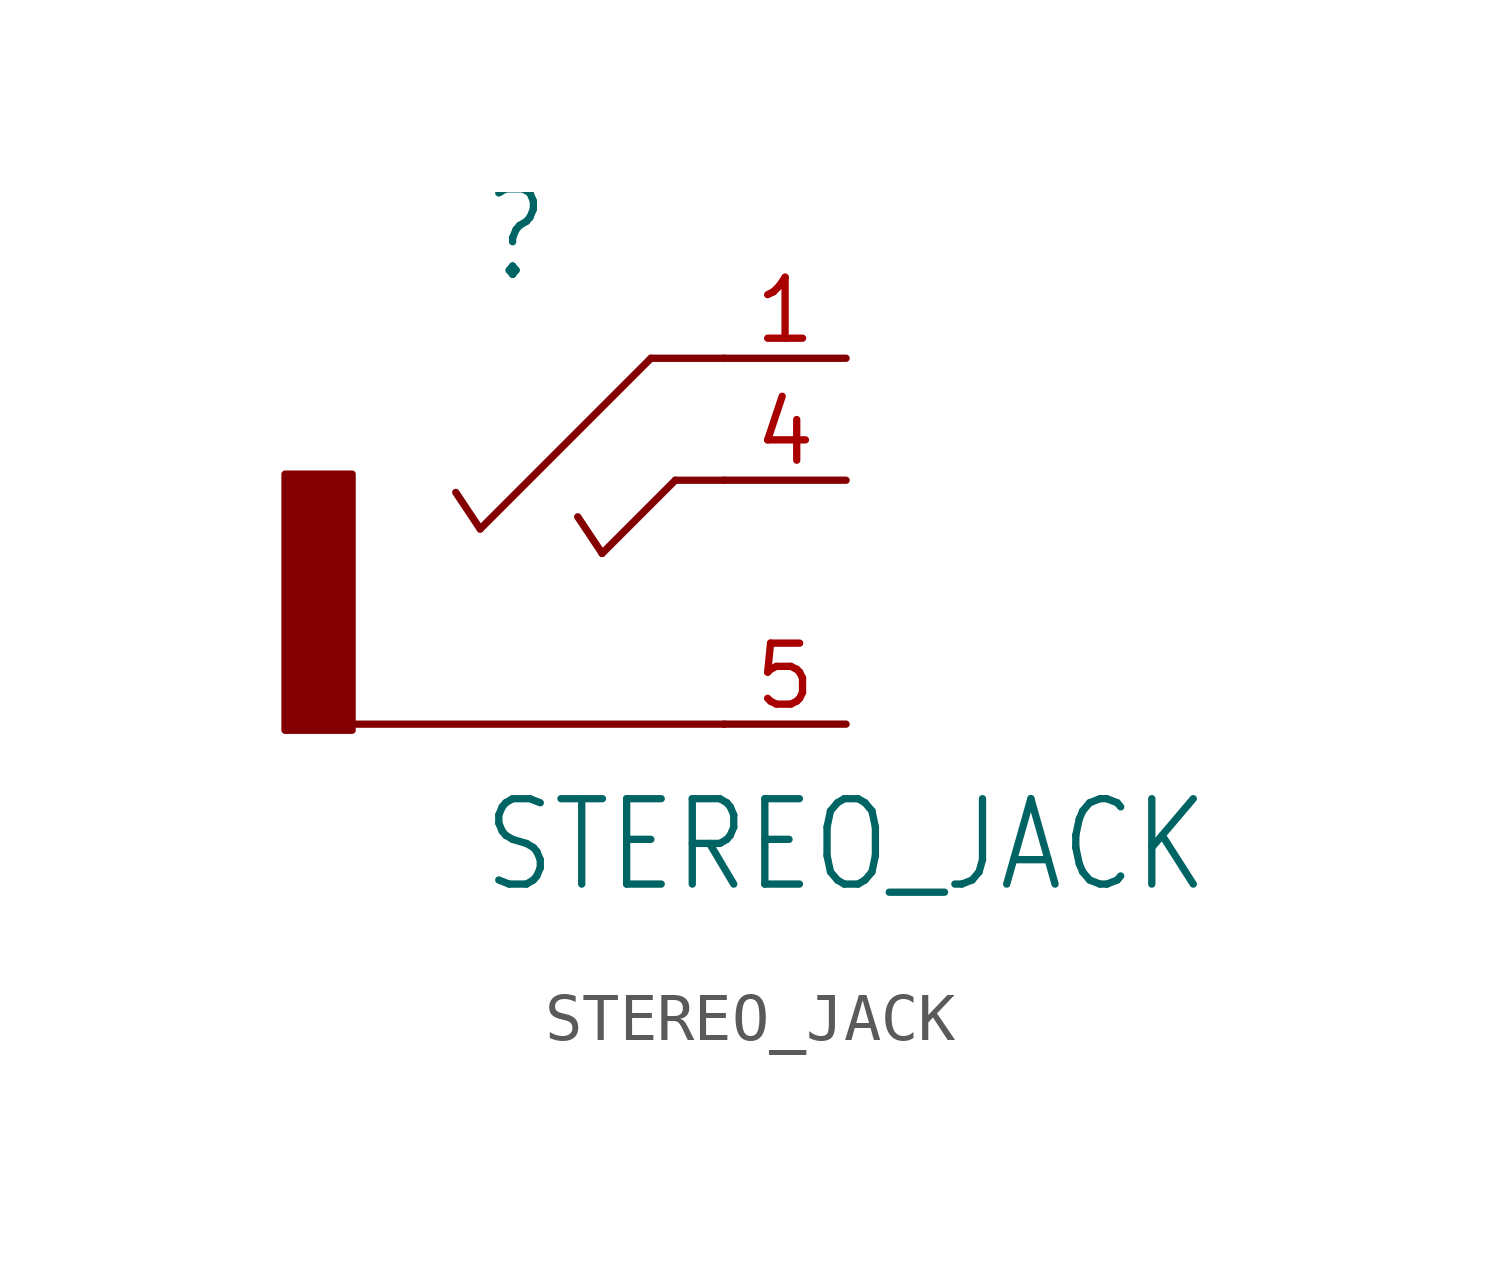
<source format=kicad_sym>
(kicad_symbol_lib
  (version 20211014)
  (generator kicad_symbol_editor)
  (symbol "STEREO_JACK"
    (property "Reference" ""
      (at -2.54 6.604 0)
      (effects (font (size 1.778 1.511)) (justify left bottom)))
    (property "Value" "STEREO_JACK"
      (at -2.54 -6.096 0)
      (effects (font (size 1.778 1.511)) (justify left bottom)))
    (property "ki_locked" ""
      (at 0 0 0)
      (effects (font (size 1.27 1.27))))
    (symbol "STEREO_JACK_1_0"
      (rectangle (start -6.604 -2.667) (end -5.207 2.667) (stroke (width 0) (type default) (color 0 0 0 0)) (fill (type outline)))
      (polyline (pts (xy -2.54 1.524) (xy -3.048 2.286)) (stroke (width 0.152) (type default) (color 0 0 0 0)) (fill (type none)))
      (polyline (pts (xy 0 1.016) (xy -0.508 1.778)) (stroke (width 0.152) (type default) (color 0 0 0 0)) (fill (type none)))
      (polyline (pts (xy 1.016 5.08) (xy -2.54 1.524)) (stroke (width 0.152) (type default) (color 0 0 0 0)) (fill (type none)))
      (polyline (pts (xy 1.524 2.54) (xy 0 1.016)) (stroke (width 0.152) (type default) (color 0 0 0 0)) (fill (type none)))
      (polyline (pts (xy 2.54 -2.54) (xy -5.207 -2.54)) (stroke (width 0.152) (type default) (color 0 0 0 0)) (fill (type none)))
      (polyline (pts (xy 2.54 2.54) (xy 1.524 2.54)) (stroke (width 0.152) (type default) (color 0 0 0 0)) (fill (type none)))
      (polyline (pts (xy 2.54 5.08) (xy 1.016 5.08)) (stroke (width 0.152) (type default) (color 0 0 0 0)) (fill (type none)))
      (pin passive line (at 5.08 5.08 180) (length 2.54) (name "1" (effects (font (size 0 0)))) (number "1" (effects (font (size 1.27 1.27)))))
      (pin passive line (at 5.08 2.54 180) (length 2.54) (name "4" (effects (font (size 0 0)))) (number "4" (effects (font (size 1.27 1.27)))))
      (pin passive line (at 5.08 -2.54 180) (length 2.54) (name "5" (effects (font (size 0 0)))) (number "5" (effects (font (size 1.27 1.27))))))))
</source>
